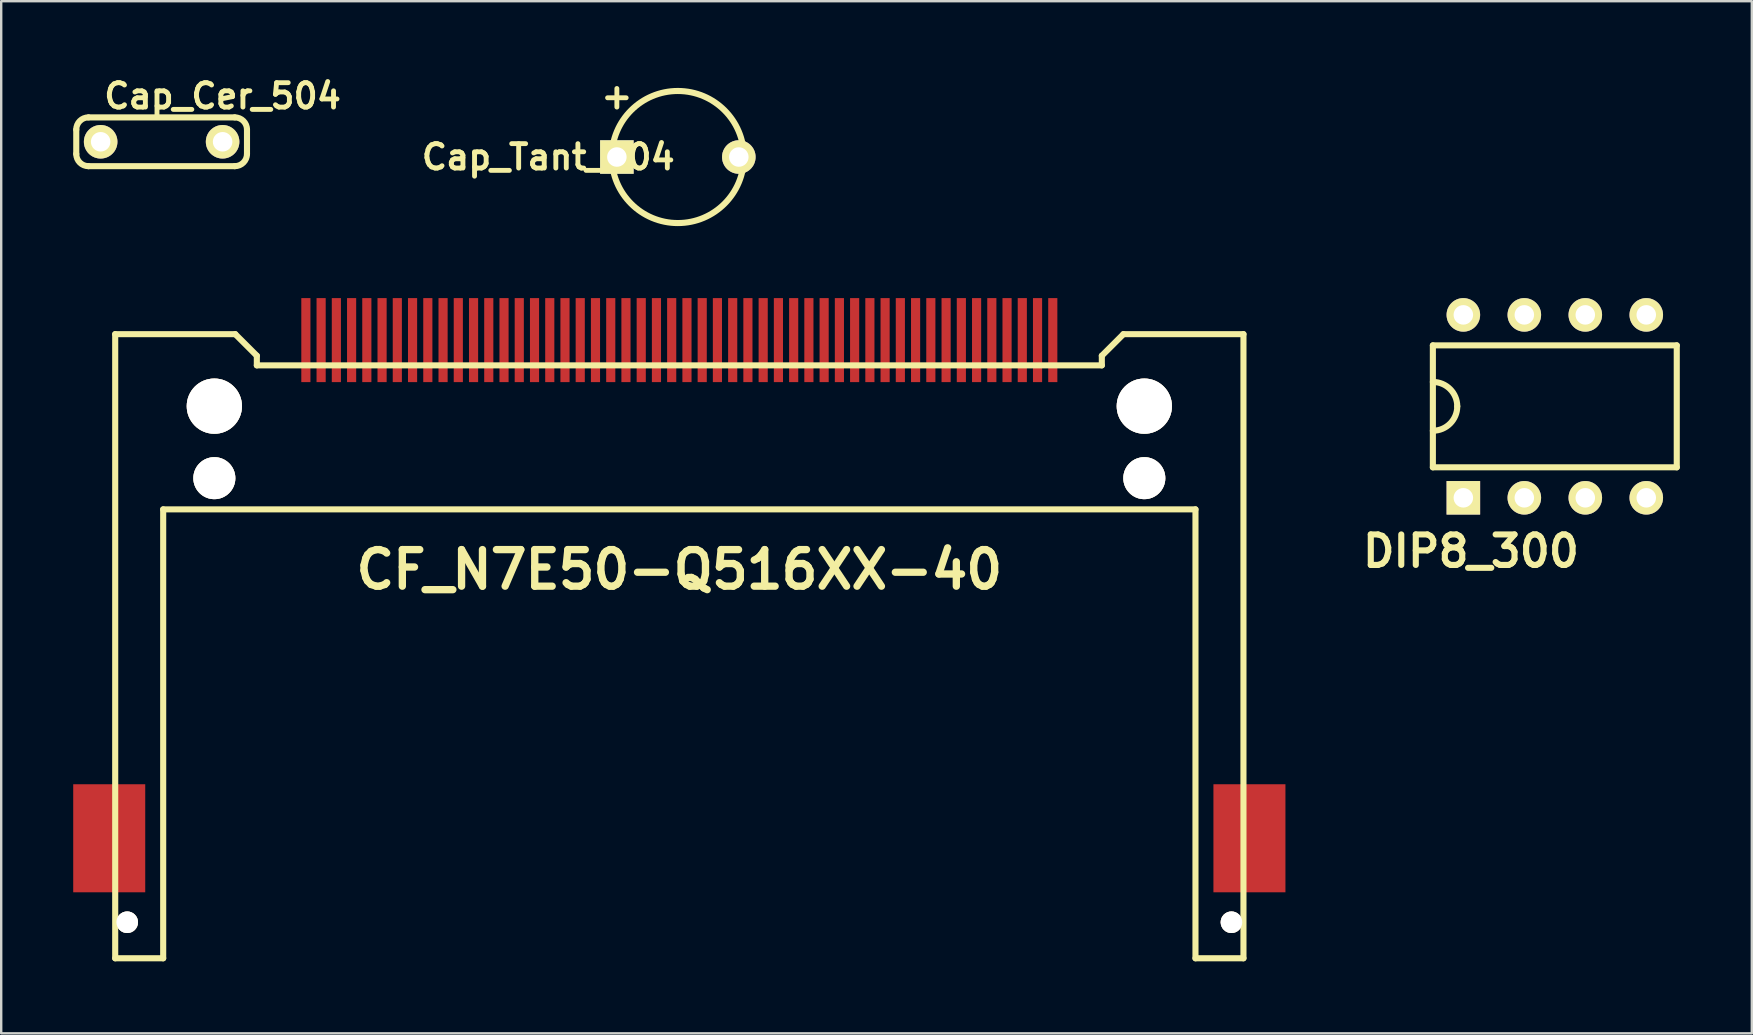
<source format=kicad_pcb>
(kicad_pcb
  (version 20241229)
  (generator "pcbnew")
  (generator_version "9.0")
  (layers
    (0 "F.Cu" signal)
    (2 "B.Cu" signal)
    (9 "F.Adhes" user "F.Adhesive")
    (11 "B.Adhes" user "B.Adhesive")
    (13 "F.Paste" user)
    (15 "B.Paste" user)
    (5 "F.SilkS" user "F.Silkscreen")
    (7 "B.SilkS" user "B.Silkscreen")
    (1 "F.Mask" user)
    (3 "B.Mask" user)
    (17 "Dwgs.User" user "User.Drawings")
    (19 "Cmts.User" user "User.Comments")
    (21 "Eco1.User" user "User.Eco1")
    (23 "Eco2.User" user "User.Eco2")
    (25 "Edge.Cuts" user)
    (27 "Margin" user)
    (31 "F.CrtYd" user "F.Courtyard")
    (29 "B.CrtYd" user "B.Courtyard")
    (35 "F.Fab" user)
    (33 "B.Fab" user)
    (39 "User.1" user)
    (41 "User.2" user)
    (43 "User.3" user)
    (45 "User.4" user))
  (footprint "CF_N7E50-Q516XX-40"
    (layer "F.Cu")
    (at 25.249 16.869)
    (property "Reference" "CF_N7E50-Q516XX-40" (at 0 3.81 0) (layer "F.SilkS") (effects (font (size 1.524 1.524) (thickness 0.305))))
    (fp_line (start -23.5 -5.999) (end -23.5 20) (stroke (width 0.254) (type solid)) (layer "F.SilkS"))
    (fp_line (start -21.501 1.3) (end -21.501 20) (stroke (width 0.254) (type solid)) (layer "F.SilkS"))
    (fp_line (start -21.501 1.3) (end 21.501 1.3) (stroke (width 0.254) (type solid)) (layer "F.SilkS"))
    (fp_line (start -21.501 20) (end -23.5 20) (stroke (width 0.254) (type solid)) (layer "F.SilkS"))
    (fp_line (start -18.499 -5.999) (end -23.5 -5.999) (stroke (width 0.254) (type solid)) (layer "F.SilkS"))
    (fp_line (start -17.6 -5.1) (end -18.499 -5.999) (stroke (width 0.254) (type solid)) (layer "F.SilkS"))
    (fp_line (start -17.6 -5.1) (end -17.6 -4.699) (stroke (width 0.254) (type solid)) (layer "F.SilkS"))
    (fp_line (start -17.6 -4.699) (end 17.6 -4.699) (stroke (width 0.254) (type solid)) (layer "F.SilkS"))
    (fp_line (start 17.6 -5.1) (end 18.499 -5.999) (stroke (width 0.254) (type solid)) (layer "F.SilkS"))
    (fp_line (start 17.6 -4.699) (end 17.6 -5.1) (stroke (width 0.254) (type solid)) (layer "F.SilkS"))
    (fp_line (start 18.499 -5.999) (end 23.5 -5.999) (stroke (width 0.254) (type solid)) (layer "F.SilkS"))
    (fp_line (start 21.501 1.3) (end 21.501 20) (stroke (width 0.254) (type solid)) (layer "F.SilkS"))
    (fp_line (start 21.501 20) (end 23.5 20) (stroke (width 0.254) (type solid)) (layer "F.SilkS"))
    (fp_line (start 23.5 -5.999) (end 23.5 20) (stroke (width 0.254) (type solid)) (layer "F.SilkS"))
    (pad "" smd rect (at -23.749 15.001) (size 3 4.501) (layers "F.Cu" "F.Mask" "F.Paste"))
    (pad "" thru_hole circle (at -23 18.499) (size 0.899 0.899) (drill 0.899) (layers "*.Cu" "*.Mask" "F.SilkS"))
    (pad "" thru_hole circle (at -19.37 -3) (size 2.301 2.301) (drill 2.301) (layers "*.Cu" "*.Mask" "F.SilkS"))
    (pad "" thru_hole circle (at -19.37 0) (size 1.75 1.75) (drill 1.75) (layers "*.Cu" "*.Mask" "F.SilkS"))
    (pad "" thru_hole circle (at 19.37 -3) (size 2.301 2.301) (drill 2.301) (layers "*.Cu" "*.Mask" "F.SilkS"))
    (pad "" thru_hole circle (at 19.37 0) (size 1.75 1.75) (drill 1.75) (layers "*.Cu" "*.Mask" "F.SilkS"))
    (pad "" thru_hole circle (at 23 18.499) (size 0.899 0.899) (drill 0.899) (layers "*.Cu" "*.Mask" "F.SilkS"))
    (pad "" smd rect (at 23.749 15.001) (size 3 4.501) (layers "F.Cu" "F.Mask" "F.Paste"))
    (pad "1" smd rect (at -15.557 -5.751) (size 0.381 3.5) (layers "F.Cu" "F.Mask" "F.Paste"))
    (pad "2" smd rect (at -14.287 -5.751) (size 0.381 3.5) (layers "F.Cu" "F.Mask" "F.Paste"))
    (pad "3" smd rect (at -13.018 -5.751) (size 0.381 3.5) (layers "F.Cu" "F.Mask" "F.Paste"))
    (pad "4" smd rect (at -11.748 -5.751) (size 0.381 3.5) (layers "F.Cu" "F.Mask" "F.Paste"))
    (pad "5" smd rect (at -10.477 -5.751) (size 0.381 3.5) (layers "F.Cu" "F.Mask" "F.Paste"))
    (pad "6" smd rect (at -9.207 -5.751) (size 0.381 3.5) (layers "F.Cu" "F.Mask" "F.Paste"))
    (pad "7" smd rect (at -7.938 -5.751) (size 0.381 3.5) (layers "F.Cu" "F.Mask" "F.Paste"))
    (pad "8" smd rect (at -6.668 -5.751) (size 0.381 3.5) (layers "F.Cu" "F.Mask" "F.Paste"))
    (pad "9" smd rect (at -5.397 -5.751) (size 0.381 3.5) (layers "F.Cu" "F.Mask" "F.Paste"))
    (pad "10" smd rect (at -4.128 -5.751) (size 0.381 3.5) (layers "F.Cu" "F.Mask" "F.Paste"))
    (pad "11" smd rect (at -2.857 -5.751) (size 0.381 3.5) (layers "F.Cu" "F.Mask" "F.Paste"))
    (pad "12" smd rect (at -1.587 -5.751) (size 0.381 3.5) (layers "F.Cu" "F.Mask" "F.Paste"))
    (pad "13" smd rect (at -0.318 -5.751) (size 0.381 3.5) (layers "F.Cu" "F.Mask" "F.Paste"))
    (pad "14" smd rect (at 0.953 -5.751) (size 0.381 3.5) (layers "F.Cu" "F.Mask" "F.Paste"))
    (pad "15" smd rect (at 2.223 -5.751) (size 0.381 3.5) (layers "F.Cu" "F.Mask" "F.Paste"))
    (pad "16" smd rect (at 3.493 -5.751) (size 0.381 3.5) (layers "F.Cu" "F.Mask" "F.Paste"))
    (pad "17" smd rect (at 4.763 -5.751) (size 0.381 3.5) (layers "F.Cu" "F.Mask" "F.Paste"))
    (pad "18" smd rect (at 6.032 -5.751) (size 0.381 3.5) (layers "F.Cu" "F.Mask" "F.Paste"))
    (pad "19" smd rect (at 7.303 -5.751) (size 0.381 3.5) (layers "F.Cu" "F.Mask" "F.Paste"))
    (pad "20" smd rect (at 8.572 -5.751) (size 0.381 3.5) (layers "F.Cu" "F.Mask" "F.Paste"))
    (pad "21" smd rect (at 9.842 -5.751) (size 0.381 3.5) (layers "F.Cu" "F.Mask" "F.Paste"))
    (pad "22" smd rect (at 11.113 -5.751) (size 0.381 3.5) (layers "F.Cu" "F.Mask" "F.Paste"))
    (pad "23" smd rect (at 12.383 -5.751) (size 0.381 3.5) (layers "F.Cu" "F.Mask" "F.Paste"))
    (pad "24" smd rect (at 13.652 -5.751) (size 0.381 3.5) (layers "F.Cu" "F.Mask" "F.Paste"))
    (pad "25" smd rect (at 14.922 -5.751) (size 0.381 3.5) (layers "F.Cu" "F.Mask" "F.Paste"))
    (pad "26" smd rect (at -14.922 -5.751) (size 0.381 3.5) (layers "F.Cu" "F.Mask" "F.Paste"))
    (pad "27" smd rect (at -13.652 -5.751) (size 0.381 3.5) (layers "F.Cu" "F.Mask" "F.Paste"))
    (pad "28" smd rect (at -12.383 -5.751) (size 0.381 3.5) (layers "F.Cu" "F.Mask" "F.Paste"))
    (pad "29" smd rect (at -11.113 -5.751) (size 0.381 3.5) (layers "F.Cu" "F.Mask" "F.Paste"))
    (pad "30" smd rect (at -9.842 -5.751) (size 0.381 3.5) (layers "F.Cu" "F.Mask" "F.Paste"))
    (pad "31" smd rect (at -8.572 -5.751) (size 0.381 3.5) (layers "F.Cu" "F.Mask" "F.Paste"))
    (pad "32" smd rect (at -7.303 -5.751) (size 0.381 3.5) (layers "F.Cu" "F.Mask" "F.Paste"))
    (pad "33" smd rect (at -6.032 -5.751) (size 0.381 3.5) (layers "F.Cu" "F.Mask" "F.Paste"))
    (pad "34" smd rect (at -4.763 -5.751) (size 0.381 3.5) (layers "F.Cu" "F.Mask" "F.Paste"))
    (pad "35" smd rect (at -3.493 -5.751) (size 0.381 3.5) (layers "F.Cu" "F.Mask" "F.Paste"))
    (pad "36" smd rect (at -2.223 -5.751) (size 0.381 3.5) (layers "F.Cu" "F.Mask" "F.Paste"))
    (pad "37" smd rect (at -0.953 -5.751) (size 0.381 3.5) (layers "F.Cu" "F.Mask" "F.Paste"))
    (pad "38" smd rect (at 0.318 -5.751) (size 0.381 3.5) (layers "F.Cu" "F.Mask" "F.Paste"))
    (pad "39" smd rect (at 1.587 -5.751) (size 0.381 3.5) (layers "F.Cu" "F.Mask" "F.Paste"))
    (pad "40" smd rect (at 2.857 -5.751) (size 0.381 3.5) (layers "F.Cu" "F.Mask" "F.Paste"))
    (pad "41" smd rect (at 4.128 -5.751) (size 0.381 3.5) (layers "F.Cu" "F.Mask" "F.Paste"))
    (pad "42" smd rect (at 5.397 -5.751) (size 0.381 3.5) (layers "F.Cu" "F.Mask" "F.Paste"))
    (pad "43" smd rect (at 6.668 -5.751) (size 0.381 3.5) (layers "F.Cu" "F.Mask" "F.Paste"))
    (pad "44" smd rect (at 7.938 -5.751) (size 0.381 3.5) (layers "F.Cu" "F.Mask" "F.Paste"))
    (pad "45" smd rect (at 9.207 -5.751) (size 0.381 3.5) (layers "F.Cu" "F.Mask" "F.Paste"))
    (pad "46" smd rect (at 10.477 -5.751) (size 0.381 3.5) (layers "F.Cu" "F.Mask" "F.Paste"))
    (pad "47" smd rect (at 11.748 -5.751) (size 0.381 3.5) (layers "F.Cu" "F.Mask" "F.Paste"))
    (pad "48" smd rect (at 13.018 -5.751) (size 0.381 3.5) (layers "F.Cu" "F.Mask" "F.Paste"))
    (pad "49" smd rect (at 14.287 -5.751) (size 0.381 3.5) (layers "F.Cu" "F.Mask" "F.Paste"))
    (pad "50" smd rect (at 15.557 -5.751) (size 0.381 3.5) (layers "F.Cu" "F.Mask" "F.Paste")))
  (footprint "Cap_Cer_504"
    (layer "F.Cu")
    (at 3.683 2.856)
    (property "Reference" "Cap_Cer_504" (at 2.54 -1.905 0) (layer "F.SilkS") (effects (font (size 1.016 1.016) (thickness 0.203))))
    (fp_line (start -3.556 0.508) (end -3.556 -0.508) (stroke (width 0.254) (type solid)) (layer "F.SilkS"))
    (fp_line (start -3.048 -1.016) (end 3.048 -1.016) (stroke (width 0.254) (type solid)) (layer "F.SilkS"))
    (fp_line (start -3.048 1.016) (end 3.048 1.016) (stroke (width 0.254) (type solid)) (layer "F.SilkS"))
    (fp_line (start 3.556 0.508) (end 3.556 -0.508) (stroke (width 0.254) (type solid)) (layer "F.SilkS"))
    (fp_arc (start -3.556 -0.508) (mid -3.40721 -0.86721) (end -3.048 -1.016) (stroke (width 0.254) (type solid)) (layer "F.SilkS"))
    (fp_arc (start -3.048 1.016) (mid -3.40721 0.86721) (end -3.556 0.508) (stroke (width 0.254) (type solid)) (layer "F.SilkS"))
    (fp_arc (start 3.048 -1.016) (mid 3.40721 -0.86721) (end 3.556 -0.508) (stroke (width 0.254) (type solid)) (layer "F.SilkS"))
    (fp_arc (start 3.556 0.508) (mid 3.40721 0.86721) (end 3.048 1.016) (stroke (width 0.254) (type solid)) (layer "F.SilkS"))
    (pad "1" thru_hole circle (at -2.54 0) (size 1.397 1.397) (drill 0.813) (layers "*.Cu" "*.Mask" "F.SilkS"))
    (pad "2" thru_hole circle (at 2.54 0) (size 1.397 1.397) (drill 0.813) (layers "*.Cu" "*.Mask" "F.SilkS")))
  (footprint "Cap_Tant_504"
    (layer "F.Cu")
    (at 25.187 3.491)
    (property "Reference" "Cap_Tant_504" (at -5.397 0 0) (layer "F.SilkS") (effects (font (size 1.016 1.016) (thickness 0.203))))
    (fp_circle (center 0 0) (end 0 -2.751) (stroke (width 0.254) (type solid)) (fill no) (layer "F.SilkS"))
    (fp_text user "+" (at -2.54 -2.54 0) (layer "F.SilkS") (effects (font (size 1.016 1.016) (thickness 0.203))))
    (pad "1" thru_hole rect (at -2.54 0) (size 1.397 1.397) (drill 0.813) (layers "*.Cu" "*.Mask" "F.SilkS"))
    (pad "2" thru_hole circle (at 2.54 0) (size 1.397 1.397) (drill 0.813) (layers "*.Cu" "*.Mask" "F.SilkS")))
  (footprint "DIP8_300"
    (layer "F.Cu")
    (at 61.719 13.877)
    (property "Reference" "DIP8_300" (at -3.493 6.032 0) (layer "F.SilkS") (effects (font (size 1.27 1.27) (thickness 0.254))))
    (fp_line (start -5.08 -2.54) (end 5.08 -2.54) (stroke (width 0.254) (type solid)) (layer "F.SilkS"))
    (fp_line (start -5.08 2.54) (end -5.08 -2.54) (stroke (width 0.254) (type solid)) (layer "F.SilkS"))
    (fp_line (start 5.08 -2.54) (end 5.08 2.54) (stroke (width 0.254) (type solid)) (layer "F.SilkS"))
    (fp_line (start 5.08 2.54) (end -5.08 2.54) (stroke (width 0.254) (type solid)) (layer "F.SilkS"))
    (fp_arc (start -5.08 -1.016) (mid -4.36158 -0.71842) (end -4.064 0) (stroke (width 0.254) (type solid)) (layer "F.SilkS"))
    (fp_arc (start -4.064 0) (mid -4.36158 0.71842) (end -5.08 1.016) (stroke (width 0.254) (type solid)) (layer "F.SilkS"))
    (pad "1" thru_hole rect (at -3.81 3.81) (size 1.397 1.397) (drill 0.813) (layers "*.Cu" "*.Mask" "F.SilkS"))
    (pad "2" thru_hole circle (at -1.27 3.81) (size 1.397 1.397) (drill 0.813) (layers "*.Cu" "*.Mask" "F.SilkS"))
    (pad "3" thru_hole circle (at 1.27 3.81) (size 1.397 1.397) (drill 0.813) (layers "*.Cu" "*.Mask" "F.SilkS"))
    (pad "4" thru_hole circle (at 3.81 3.81) (size 1.397 1.397) (drill 0.813) (layers "*.Cu" "*.Mask" "F.SilkS"))
    (pad "5" thru_hole circle (at 3.81 -3.81) (size 1.397 1.397) (drill 0.813) (layers "*.Cu" "*.Mask" "F.SilkS"))
    (pad "6" thru_hole circle (at 1.27 -3.81) (size 1.397 1.397) (drill 0.813) (layers "*.Cu" "*.Mask" "F.SilkS"))
    (pad "7" thru_hole circle (at -1.27 -3.81) (size 1.397 1.397) (drill 0.813) (layers "*.Cu" "*.Mask" "F.SilkS"))
    (pad "8" thru_hole circle (at -3.81 -3.81) (size 1.397 1.397) (drill 0.813) (layers "*.Cu" "*.Mask" "F.SilkS")))
  (gr_rect
    (start -3 -3)
    (end 69.926 39.996)
    (stroke (width 0.1) (type default))
    (fill no)
    (layer "Edge.Cuts")))
</source>
